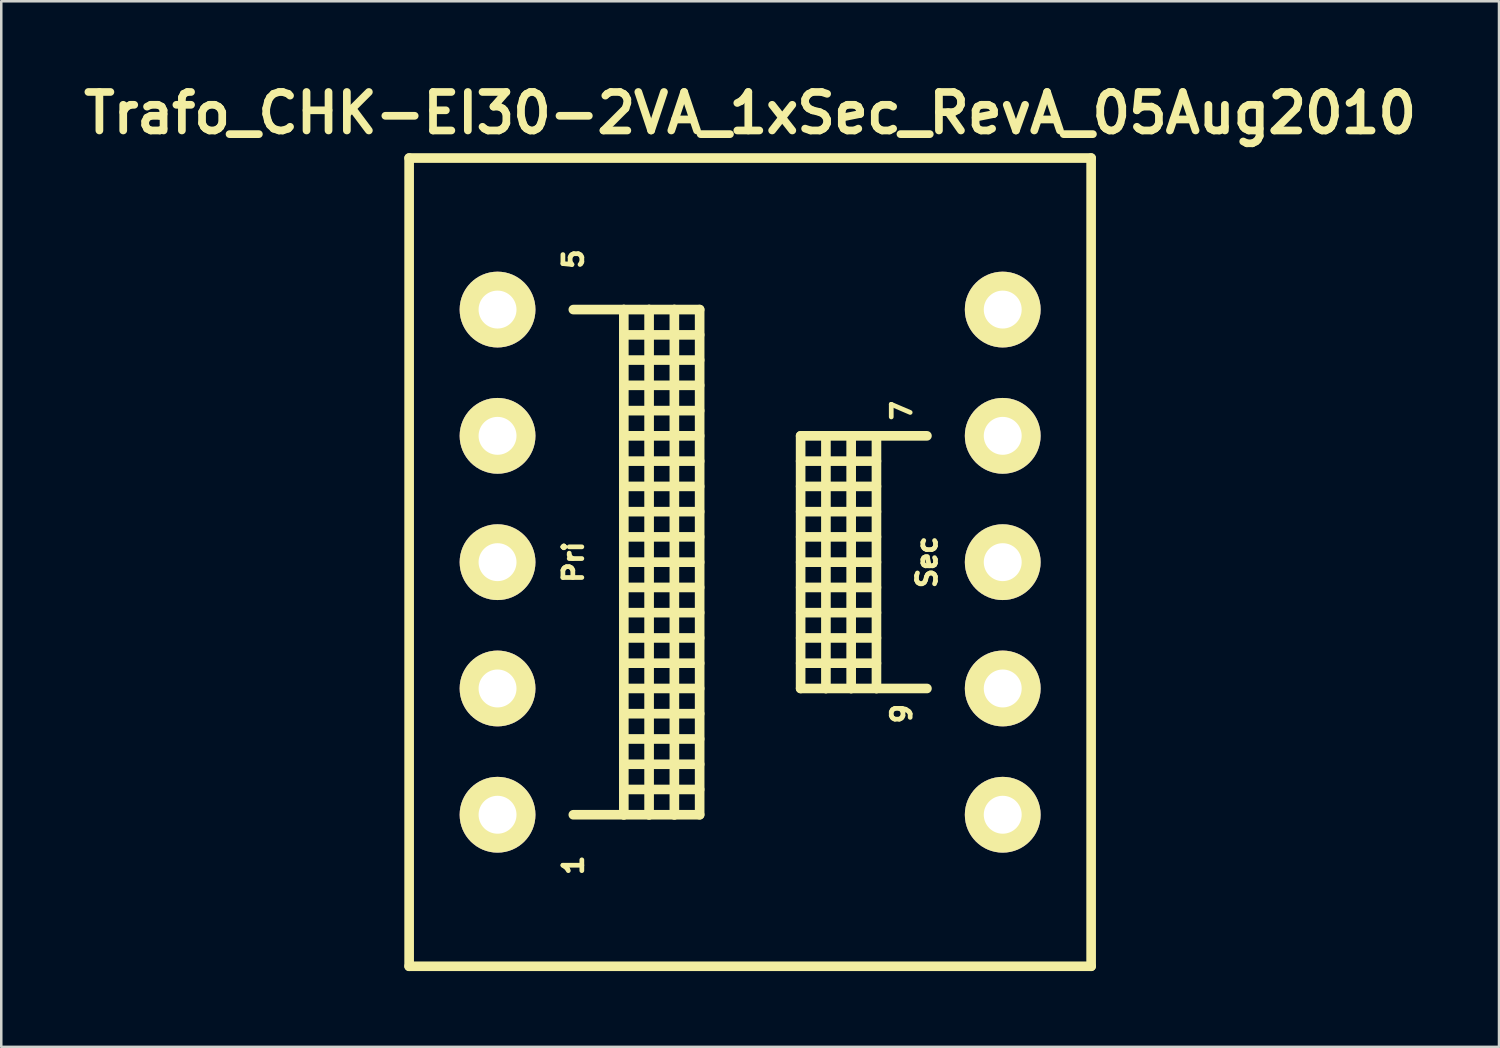
<source format=kicad_pcb>
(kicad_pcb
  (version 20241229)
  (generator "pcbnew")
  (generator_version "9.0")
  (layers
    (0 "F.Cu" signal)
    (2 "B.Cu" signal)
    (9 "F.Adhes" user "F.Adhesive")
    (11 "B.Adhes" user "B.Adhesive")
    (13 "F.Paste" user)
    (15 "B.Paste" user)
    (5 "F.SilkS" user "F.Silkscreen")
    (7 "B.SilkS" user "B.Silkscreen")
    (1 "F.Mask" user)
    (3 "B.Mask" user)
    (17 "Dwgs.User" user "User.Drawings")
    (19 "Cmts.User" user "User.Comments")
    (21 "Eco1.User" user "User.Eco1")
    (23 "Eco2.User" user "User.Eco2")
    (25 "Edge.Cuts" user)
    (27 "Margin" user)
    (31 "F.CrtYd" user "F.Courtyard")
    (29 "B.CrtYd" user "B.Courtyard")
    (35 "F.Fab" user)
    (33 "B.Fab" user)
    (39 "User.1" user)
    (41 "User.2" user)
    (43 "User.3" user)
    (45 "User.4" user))
  (footprint "Trafo_CHK-EI30-2VA_1xSec_RevA_05Aug2010"
    (layer "F.Cu")
    (at 26.648 19.206)
    (property "Reference" "Trafo_CHK-EI30-2VA_1xSec_RevA_05Aug2010" (at 0 -17.78 0) (layer "F.SilkS") (effects (font (size 1.524 1.524) (thickness 0.305))))
    (attr through_hole)
    (fp_line (start -13.5 -15.999) (end -13.5 15.999) (stroke (width 0.381) (type solid)) (layer "F.SilkS"))
    (fp_line (start -13.5 15.999) (end 13.5 15.999) (stroke (width 0.381) (type solid)) (layer "F.SilkS"))
    (fp_line (start -7 -10) (end -5.001 -10) (stroke (width 0.381) (type solid)) (layer "F.SilkS"))
    (fp_line (start -5.001 -10) (end -5.001 10) (stroke (width 0.381) (type solid)) (layer "F.SilkS"))
    (fp_line (start -5.001 -10) (end -4 -10) (stroke (width 0.381) (type solid)) (layer "F.SilkS"))
    (fp_line (start -5.001 -8.999) (end -1.999 -8.999) (stroke (width 0.381) (type solid)) (layer "F.SilkS"))
    (fp_line (start -5.001 -7) (end -1.999 -7) (stroke (width 0.381) (type solid)) (layer "F.SilkS"))
    (fp_line (start -5.001 -5.001) (end -1.999 -5.001) (stroke (width 0.381) (type solid)) (layer "F.SilkS"))
    (fp_line (start -5.001 -3) (end -1.999 -3) (stroke (width 0.381) (type solid)) (layer "F.SilkS"))
    (fp_line (start -5.001 -1.001) (end -1.999 -1.001) (stroke (width 0.381) (type solid)) (layer "F.SilkS"))
    (fp_line (start -5.001 1.001) (end -1.999 1.001) (stroke (width 0.381) (type solid)) (layer "F.SilkS"))
    (fp_line (start -5.001 3) (end -1.999 3) (stroke (width 0.381) (type solid)) (layer "F.SilkS"))
    (fp_line (start -5.001 5.001) (end -1.999 5.001) (stroke (width 0.381) (type solid)) (layer "F.SilkS"))
    (fp_line (start -5.001 7) (end -1.999 7) (stroke (width 0.381) (type solid)) (layer "F.SilkS"))
    (fp_line (start -5.001 8.999) (end -1.999 8.999) (stroke (width 0.381) (type solid)) (layer "F.SilkS"))
    (fp_line (start -5.001 10) (end -7 10) (stroke (width 0.381) (type solid)) (layer "F.SilkS"))
    (fp_line (start -4 -10) (end -4 10) (stroke (width 0.381) (type solid)) (layer "F.SilkS"))
    (fp_line (start -4 -10) (end -3 -10) (stroke (width 0.381) (type solid)) (layer "F.SilkS"))
    (fp_line (start -4 10) (end -5.001 10) (stroke (width 0.381) (type solid)) (layer "F.SilkS"))
    (fp_line (start -3 -10) (end -3 10) (stroke (width 0.381) (type solid)) (layer "F.SilkS"))
    (fp_line (start -3 -10) (end -1.999 -10) (stroke (width 0.381) (type solid)) (layer "F.SilkS"))
    (fp_line (start -3 10) (end -4 10) (stroke (width 0.381) (type solid)) (layer "F.SilkS"))
    (fp_line (start -1.999 -10) (end -1.999 10) (stroke (width 0.381) (type solid)) (layer "F.SilkS"))
    (fp_line (start -1.999 -8.001) (end -5.001 -8.001) (stroke (width 0.381) (type solid)) (layer "F.SilkS"))
    (fp_line (start -1.999 -5.999) (end -5.001 -5.999) (stroke (width 0.381) (type solid)) (layer "F.SilkS"))
    (fp_line (start -1.999 -4) (end -5.001 -4) (stroke (width 0.381) (type solid)) (layer "F.SilkS"))
    (fp_line (start -1.999 -1.999) (end -5.001 -1.999) (stroke (width 0.381) (type solid)) (layer "F.SilkS"))
    (fp_line (start -1.999 0) (end -5.001 0) (stroke (width 0.381) (type solid)) (layer "F.SilkS"))
    (fp_line (start -1.999 1.999) (end -5.001 1.999) (stroke (width 0.381) (type solid)) (layer "F.SilkS"))
    (fp_line (start -1.999 4) (end -5.001 4) (stroke (width 0.381) (type solid)) (layer "F.SilkS"))
    (fp_line (start -1.999 5.999) (end -5.001 5.999) (stroke (width 0.381) (type solid)) (layer "F.SilkS"))
    (fp_line (start -1.999 8.001) (end -5.001 8.001) (stroke (width 0.381) (type solid)) (layer "F.SilkS"))
    (fp_line (start -1.999 10) (end -3 10) (stroke (width 0.381) (type solid)) (layer "F.SilkS"))
    (fp_line (start 1.999 -5.001) (end 1.999 5.001) (stroke (width 0.381) (type solid)) (layer "F.SilkS"))
    (fp_line (start 1.999 -4) (end 5.001 -4) (stroke (width 0.381) (type solid)) (layer "F.SilkS"))
    (fp_line (start 1.999 -1.999) (end 5.001 -1.999) (stroke (width 0.381) (type solid)) (layer "F.SilkS"))
    (fp_line (start 1.999 0) (end 5.001 0) (stroke (width 0.381) (type solid)) (layer "F.SilkS"))
    (fp_line (start 1.999 1.999) (end 5.001 1.999) (stroke (width 0.381) (type solid)) (layer "F.SilkS"))
    (fp_line (start 1.999 4) (end 5.001 4) (stroke (width 0.381) (type solid)) (layer "F.SilkS"))
    (fp_line (start 1.999 5.001) (end 3 5.001) (stroke (width 0.381) (type solid)) (layer "F.SilkS"))
    (fp_line (start 3 -5.001) (end 1.999 -5.001) (stroke (width 0.381) (type solid)) (layer "F.SilkS"))
    (fp_line (start 3 -5.001) (end 3 5.001) (stroke (width 0.381) (type solid)) (layer "F.SilkS"))
    (fp_line (start 3 5.001) (end 4 5.001) (stroke (width 0.381) (type solid)) (layer "F.SilkS"))
    (fp_line (start 4 -5.001) (end 3 -5.001) (stroke (width 0.381) (type solid)) (layer "F.SilkS"))
    (fp_line (start 4 -5.001) (end 4 5.001) (stroke (width 0.381) (type solid)) (layer "F.SilkS"))
    (fp_line (start 4 5.001) (end 5.001 5.001) (stroke (width 0.381) (type solid)) (layer "F.SilkS"))
    (fp_line (start 5.001 -5.001) (end 4 -5.001) (stroke (width 0.381) (type solid)) (layer "F.SilkS"))
    (fp_line (start 5.001 -5.001) (end 5.001 5.001) (stroke (width 0.381) (type solid)) (layer "F.SilkS"))
    (fp_line (start 5.001 -3) (end 1.999 -3) (stroke (width 0.381) (type solid)) (layer "F.SilkS"))
    (fp_line (start 5.001 -1.001) (end 1.999 -1.001) (stroke (width 0.381) (type solid)) (layer "F.SilkS"))
    (fp_line (start 5.001 1.001) (end 1.999 1.001) (stroke (width 0.381) (type solid)) (layer "F.SilkS"))
    (fp_line (start 5.001 3) (end 1.999 3) (stroke (width 0.381) (type solid)) (layer "F.SilkS"))
    (fp_line (start 5.001 5.001) (end 7 5.001) (stroke (width 0.381) (type solid)) (layer "F.SilkS"))
    (fp_line (start 7 -5.001) (end 5.001 -5.001) (stroke (width 0.381) (type solid)) (layer "F.SilkS"))
    (fp_line (start 13.5 -15.999) (end -13.5 -15.999) (stroke (width 0.381) (type solid)) (layer "F.SilkS"))
    (fp_line (start 13.5 15.999) (end 13.5 -15.999) (stroke (width 0.381) (type solid)) (layer "F.SilkS"))
    (fp_text user "5" (at -7 -11.999 90) (layer "F.SilkS") (effects (font (size 0.749 0.749) (thickness 0.188))))
    (fp_text user "Sec" (at 7 0 90) (layer "F.SilkS") (effects (font (size 0.749 0.749) (thickness 0.188))))
    (fp_text user "7" (at 5.999 -5.999 90) (layer "F.SilkS") (effects (font (size 0.749 0.749) (thickness 0.188))))
    (fp_text user "1" (at -7 11.999 90) (layer "F.SilkS") (effects (font (size 0.749 0.749) (thickness 0.188))))
    (fp_text user "9" (at 5.999 6.002 90) (layer "F.SilkS") (effects (font (size 0.749 0.749) (thickness 0.188))))
    (fp_text user "Pri" (at -7 0 90) (layer "F.SilkS") (effects (font (size 0.749 0.749) (thickness 0.188))))
    (pad "1" thru_hole circle (at -10 10) (size 3 3) (drill 1.501) (layers "*.Cu" "*.Mask" "F.SilkS"))
    (pad "2" thru_hole circle (at -10 5.001) (size 3 3) (drill 1.501) (layers "*.Cu" "*.Mask" "F.SilkS"))
    (pad "3" thru_hole circle (at -10 0) (size 3 3) (drill 1.501) (layers "*.Cu" "*.Mask" "F.SilkS"))
    (pad "4" thru_hole circle (at -10 -5.001) (size 3 3) (drill 1.501) (layers "*.Cu" "*.Mask" "F.SilkS"))
    (pad "5" thru_hole circle (at -10 -10) (size 3 3) (drill 1.501) (layers "*.Cu" "*.Mask" "F.SilkS"))
    (pad "6" thru_hole circle (at 10 -10) (size 3 3) (drill 1.501) (layers "*.Cu" "*.Mask" "F.SilkS"))
    (pad "7" thru_hole circle (at 10 -5.001) (size 3 3) (drill 1.501) (layers "*.Cu" "*.Mask" "F.SilkS"))
    (pad "8" thru_hole circle (at 10 0) (size 3 3) (drill 1.501) (layers "*.Cu" "*.Mask" "F.SilkS"))
    (pad "9" thru_hole circle (at 10 5.001) (size 3 3) (drill 1.501) (layers "*.Cu" "*.Mask" "F.SilkS"))
    (pad "10" thru_hole circle (at 10 10) (size 3 3) (drill 1.501) (layers "*.Cu" "*.Mask" "F.SilkS")))
  (gr_rect
    (start -3 -3)
    (end 56.296 38.396)
    (stroke (width 0.1) (type default))
    (fill no)
    (layer "Edge.Cuts")))
</source>
